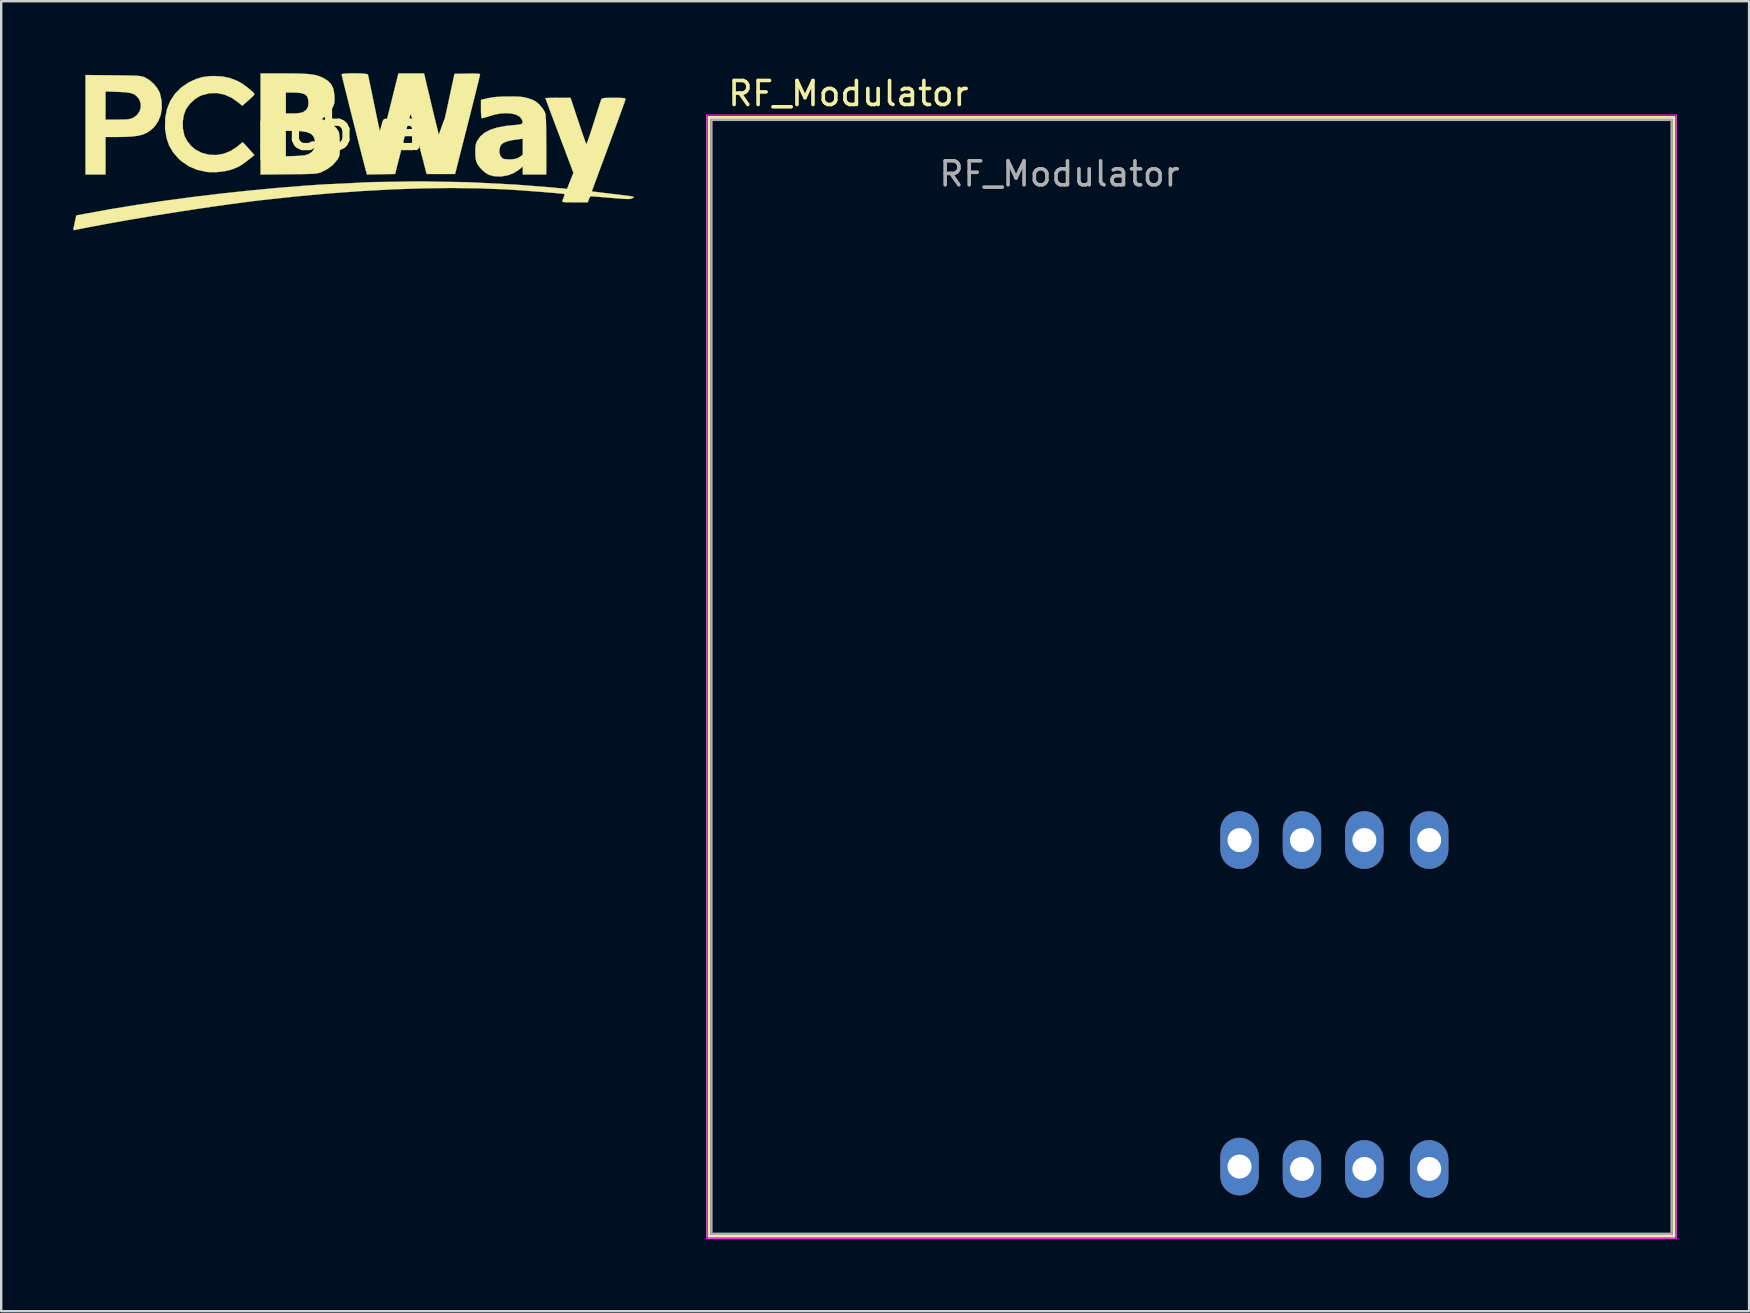
<source format=kicad_pcb>
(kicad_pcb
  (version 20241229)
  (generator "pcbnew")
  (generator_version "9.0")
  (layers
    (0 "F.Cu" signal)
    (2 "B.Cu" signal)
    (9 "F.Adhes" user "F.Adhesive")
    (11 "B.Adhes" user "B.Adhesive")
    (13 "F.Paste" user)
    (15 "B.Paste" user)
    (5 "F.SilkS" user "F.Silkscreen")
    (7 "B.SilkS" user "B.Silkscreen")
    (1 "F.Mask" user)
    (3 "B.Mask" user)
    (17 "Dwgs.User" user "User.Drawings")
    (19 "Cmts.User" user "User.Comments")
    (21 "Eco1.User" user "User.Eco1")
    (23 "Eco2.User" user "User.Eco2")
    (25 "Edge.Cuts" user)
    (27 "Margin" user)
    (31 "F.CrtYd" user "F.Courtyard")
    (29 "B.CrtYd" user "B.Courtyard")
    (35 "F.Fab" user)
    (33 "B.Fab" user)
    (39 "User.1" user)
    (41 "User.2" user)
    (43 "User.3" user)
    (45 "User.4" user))
  (footprint "RF_Modulator"
    (layer "F.Cu")
    (at 27.084 6.944)
    (property "Reference" "RF_Modulator" (at 5.207 -6.096 0) (layer "F.SilkS") (effects (font (size 1 1) (thickness 0.15))))
    (attr through_hole)
    (fp_line (start -0.6 -5.1) (end -0.6 41.5) (stroke (width 0.12) (type solid)) (layer "F.SilkS"))
    (fp_line (start -0.6 41.5) (end 39.6 41.5) (stroke (width 0.12) (type solid)) (layer "F.SilkS"))
    (fp_line (start 39.6 -5.1) (end -0.6 -5.1) (stroke (width 0.12) (type solid)) (layer "F.SilkS"))
    (fp_line (start 39.6 41.5) (end 39.6 -5.1) (stroke (width 0.12) (type solid)) (layer "F.SilkS"))
    (fp_line (start -0.7 -5.2) (end -0.7 41.6) (stroke (width 0.05) (type solid)) (layer "F.CrtYd"))
    (fp_line (start -0.7 41.6) (end 39.7 41.6) (stroke (width 0.05) (type solid)) (layer "F.CrtYd"))
    (fp_line (start 39.7 -5.2) (end -0.7 -5.2) (stroke (width 0.05) (type solid)) (layer "F.CrtYd"))
    (fp_line (start 39.7 41.6) (end 39.7 -5.2) (stroke (width 0.05) (type solid)) (layer "F.CrtYd"))
    (fp_line (start -0.5 -5) (end -0.5 41.4) (stroke (width 0.1) (type solid)) (layer "F.Fab"))
    (fp_line (start 39.5 -5) (end -0.5 -5) (stroke (width 0.1) (type solid)) (layer "F.Fab"))
    (fp_line (start 39.5 -5) (end 39.5 41.4) (stroke (width 0.1) (type solid)) (layer "F.Fab"))
    (fp_line (start 39.5 41.4) (end -0.5 41.4) (stroke (width 0.1) (type solid)) (layer "F.Fab"))
    (fp_text user "${REFERENCE}" (at 14 -2.75 0) (layer "F.Fab") (effects (font (size 1 1) (thickness 0.15))))
    (pad "1" thru_hole oval (at 29.4 25) (size 1.6 2.4) (drill 1) (layers "*.Cu" "*.Mask"))
    (pad "2" thru_hole oval (at 26.7 25) (size 1.6 2.4) (drill 1) (layers "*.Cu" "*.Mask"))
    (pad "3" thru_hole oval (at 24.1 25) (size 1.6 2.4) (drill 1) (layers "*.Cu" "*.Mask"))
    (pad "4" thru_hole oval (at 21.5 25) (size 1.6 2.4) (drill 1) (layers "*.Cu" "*.Mask"))
    (pad "5" thru_hole oval (at 29.4 38.7) (size 1.6 2.4) (drill 1) (layers "*.Cu" "*.Mask"))
    (pad "6" thru_hole oval (at 26.7 38.7) (size 1.6 2.4) (drill 1) (layers "*.Cu" "*.Mask"))
    (pad "7" thru_hole oval (at 24.1 38.7) (size 1.6 2.4) (drill 1) (layers "*.Cu" "*.Mask"))
    (pad "8" thru_hole oval (at 21.5 38.6) (size 1.6 2.4) (drill 1) (layers "*.Cu" "*.Mask")))
  (footprint "pcbway"
    (layer "F.Cu")
    (at 11.687 2.366)
    (property "Reference" "pcbway" (at 0 0 0) (layer "F.SilkS") (effects (font (size 1.524 1.524) (thickness 0.3))))
    (attr through_hole)
    (fp_poly (pts (xy -10.024 -2.279) (xy -9.704 -2.276) (xy -9.447 -2.273) (xy -9.246 -2.268) (xy -9.091 -2.263) (xy -8.974 -2.255) (xy -8.886 -2.245) (xy -8.818 -2.232) (xy -8.762 -2.215) (xy -8.708 -2.194) (xy -8.681 -2.181) (xy -8.505 -2.075) (xy -8.335 -1.924) (xy -8.191 -1.75) (xy -8.092 -1.574) (xy -8.077 -1.533) (xy -8.006 -1.223) (xy -7.995 -0.918) (xy -8.042 -0.629) (xy -8.144 -0.367) (xy -8.3 -0.142) (xy -8.368 -0.073) (xy -8.503 0.039) (xy -8.643 0.126) (xy -8.799 0.192) (xy -8.983 0.238) (xy -9.206 0.268) (xy -9.478 0.284) (xy -9.81 0.29) (xy -9.824 0.29) (xy -10.341 0.29) (xy -10.341 1.851) (xy -11.176 1.851) (xy -11.176 -0.435) (xy -10.341 -0.435) (xy -9.841 -0.435) (xy -9.634 -0.437) (xy -9.485 -0.441) (xy -9.376 -0.452) (xy -9.294 -0.469) (xy -9.222 -0.497) (xy -9.179 -0.517) (xy -9.025 -0.63) (xy -8.922 -0.78) (xy -8.872 -0.95) (xy -8.88 -1.126) (xy -8.95 -1.293) (xy -8.988 -1.345) (xy -9.064 -1.426) (xy -9.144 -1.485) (xy -9.242 -1.527) (xy -9.371 -1.555) (xy -9.543 -1.574) (xy -9.773 -1.586) (xy -9.821 -1.588) (xy -10.341 -1.607) (xy -10.341 -0.435) (xy -11.176 -0.435) (xy -11.176 -2.291) (xy -10.024 -2.279)) (stroke (width 0.01) (type solid)) (fill yes) (layer "F.SilkS"))
    (fp_poly (pts (xy -5.476 -2.231) (xy -5.175 -2.169) (xy -4.88 -2.058) (xy -4.789 -2.014) (xy -4.674 -1.947) (xy -4.543 -1.858) (xy -4.411 -1.759) (xy -4.291 -1.66) (xy -4.197 -1.573) (xy -4.144 -1.508) (xy -4.137 -1.488) (xy -4.162 -1.453) (xy -4.23 -1.382) (xy -4.329 -1.289) (xy -4.39 -1.235) (xy -4.643 -1.01) (xy -4.816 -1.154) (xy -5.101 -1.35) (xy -5.4 -1.479) (xy -5.707 -1.539) (xy -6.016 -1.53) (xy -6.321 -1.45) (xy -6.446 -1.396) (xy -6.635 -1.273) (xy -6.815 -1.104) (xy -6.96 -0.912) (xy -6.998 -0.845) (xy -7.084 -0.608) (xy -7.124 -0.337) (xy -7.118 -0.059) (xy -7.064 0.204) (xy -7.042 0.266) (xy -6.938 0.462) (xy -6.786 0.651) (xy -6.611 0.804) (xy -6.592 0.817) (xy -6.318 0.956) (xy -6.024 1.031) (xy -5.721 1.041) (xy -5.418 0.988) (xy -5.127 0.871) (xy -4.856 0.694) (xy -4.815 0.659) (xy -4.723 0.581) (xy -4.656 0.527) (xy -4.629 0.508) (xy -4.601 0.533) (xy -4.537 0.601) (xy -4.445 0.7) (xy -4.378 0.776) (xy -4.138 1.043) (xy -4.397 1.25) (xy -4.538 1.356) (xy -4.683 1.456) (xy -4.806 1.531) (xy -4.833 1.545) (xy -5.097 1.65) (xy -5.404 1.721) (xy -5.729 1.757) (xy -6.048 1.753) (xy -6.152 1.742) (xy -6.532 1.656) (xy -6.874 1.509) (xy -7.179 1.299) (xy -7.311 1.178) (xy -7.529 0.925) (xy -7.689 0.654) (xy -7.794 0.354) (xy -7.852 0.011) (xy -7.863 -0.127) (xy -7.851 -0.523) (xy -7.776 -0.889) (xy -7.639 -1.222) (xy -7.441 -1.518) (xy -7.186 -1.773) (xy -6.875 -1.983) (xy -6.836 -2.004) (xy -6.559 -2.13) (xy -6.288 -2.208) (xy -5.997 -2.245) (xy -5.812 -2.25) (xy -5.476 -2.231)) (stroke (width 0.01) (type solid)) (fill yes) (layer "F.SilkS"))
    (fp_poly (pts (xy -2.948 -2.358) (xy -2.588 -2.356) (xy -2.291 -2.351) (xy -2.049 -2.342) (xy -1.85 -2.327) (xy -1.688 -2.305) (xy -1.551 -2.276) (xy -1.431 -2.238) (xy -1.318 -2.191) (xy -1.271 -2.168) (xy -1.077 -2.048) (xy -0.941 -1.906) (xy -0.855 -1.731) (xy -0.812 -1.508) (xy -0.804 -1.4) (xy -0.801 -1.245) (xy -0.809 -1.134) (xy -0.834 -1.041) (xy -0.881 -0.938) (xy -0.897 -0.907) (xy -1.031 -0.712) (xy -1.17 -0.582) (xy -1.34 -0.456) (xy -1.164 -0.39) (xy -0.995 -0.306) (xy -0.839 -0.192) (xy -0.711 -0.061) (xy -0.63 0.068) (xy -0.618 0.102) (xy -0.603 0.193) (xy -0.591 0.335) (xy -0.583 0.508) (xy -0.581 0.656) (xy -0.581 0.838) (xy -0.586 0.964) (xy -0.598 1.053) (xy -0.621 1.123) (xy -0.657 1.191) (xy -0.696 1.25) (xy -0.869 1.452) (xy -1.099 1.626) (xy -1.343 1.75) (xy -1.401 1.772) (xy -1.459 1.79) (xy -1.526 1.805) (xy -1.611 1.816) (xy -1.722 1.824) (xy -1.868 1.83) (xy -2.057 1.835) (xy -2.299 1.838) (xy -2.602 1.842) (xy -2.712 1.843) (xy -3.883 1.855) (xy -3.883 0.036) (xy -2.83 0.036) (xy -2.83 1.096) (xy -2.422 1.082) (xy -2.202 1.07) (xy -2.04 1.05) (xy -1.924 1.021) (xy -1.88 1.002) (xy -1.741 0.91) (xy -1.657 0.787) (xy -1.62 0.621) (xy -1.617 0.537) (xy -1.635 0.372) (xy -1.694 0.244) (xy -1.799 0.15) (xy -1.957 0.086) (xy -2.172 0.049) (xy -2.451 0.036) (xy -2.483 0.036) (xy -2.83 0.036) (xy -3.883 0.036) (xy -3.883 -1.56) (xy -2.83 -1.56) (xy -2.83 -0.689) (xy -2.539 -0.689) (xy -2.371 -0.696) (xy -2.224 -0.714) (xy -2.126 -0.74) (xy -1.988 -0.83) (xy -1.909 -0.96) (xy -1.887 -1.112) (xy -1.9 -1.28) (xy -1.946 -1.402) (xy -2.032 -1.485) (xy -2.167 -1.534) (xy -2.359 -1.557) (xy -2.502 -1.56) (xy -2.83 -1.56) (xy -3.883 -1.56) (xy -3.883 -2.359) (xy -2.948 -2.358)) (stroke (width 0.01) (type solid)) (fill yes) (layer "F.SilkS"))
    (fp_poly (pts (xy 6.687 -1.395) (xy 6.86 -1.39) (xy 6.995 -1.379) (xy 7.109 -1.361) (xy 7.22 -1.334) (xy 7.293 -1.312) (xy 7.453 -1.256) (xy 7.57 -1.195) (xy 7.677 -1.11) (xy 7.748 -1.04) (xy 7.87 -0.896) (xy 7.953 -0.758) (xy 7.975 -0.703) (xy 7.989 -0.627) (xy 8 -0.498) (xy 8.008 -0.312) (xy 8.014 -0.067) (xy 8.018 0.243) (xy 8.019 0.621) (xy 8.019 0.648) (xy 8.019 1.851) (xy 7.039 1.851) (xy 7.039 1.518) (xy 6.888 1.648) (xy 6.67 1.791) (xy 6.413 1.888) (xy 6.136 1.935) (xy 5.862 1.926) (xy 5.838 1.923) (xy 5.641 1.871) (xy 5.477 1.779) (xy 5.329 1.645) (xy 5.207 1.504) (xy 5.128 1.374) (xy 5.083 1.232) (xy 5.065 1.055) (xy 5.062 0.925) (xy 5.065 0.803) (xy 6.066 0.803) (xy 6.068 0.953) (xy 6.113 1.086) (xy 6.197 1.181) (xy 6.218 1.193) (xy 6.294 1.212) (xy 6.414 1.223) (xy 6.535 1.223) (xy 6.696 1.209) (xy 6.814 1.176) (xy 6.907 1.124) (xy 7.039 1.034) (xy 7.039 0.697) (xy 7.039 0.36) (xy 6.921 0.378) (xy 6.812 0.394) (xy 6.676 0.412) (xy 6.624 0.419) (xy 6.402 0.465) (xy 6.235 0.536) (xy 6.128 0.63) (xy 6.113 0.656) (xy 6.066 0.803) (xy 5.065 0.803) (xy 5.066 0.75) (xy 5.079 0.625) (xy 5.106 0.527) (xy 5.142 0.45) (xy 5.272 0.265) (xy 5.451 0.112) (xy 5.683 -0.01) (xy 5.971 -0.103) (xy 6.32 -0.169) (xy 6.68 -0.206) (xy 6.854 -0.221) (xy 6.965 -0.244) (xy 7.022 -0.279) (xy 7.034 -0.335) (xy 7.01 -0.418) (xy 7.001 -0.441) (xy 6.918 -0.551) (xy 6.778 -0.632) (xy 6.593 -0.683) (xy 6.374 -0.703) (xy 6.13 -0.69) (xy 5.873 -0.644) (xy 5.681 -0.588) (xy 5.538 -0.541) (xy 5.42 -0.508) (xy 5.345 -0.493) (xy 5.327 -0.494) (xy 5.315 -0.536) (xy 5.305 -0.634) (xy 5.299 -0.772) (xy 5.298 -0.886) (xy 5.298 -1.26) (xy 5.597 -1.327) (xy 5.766 -1.359) (xy 5.954 -1.38) (xy 6.178 -1.392) (xy 6.456 -1.396) (xy 6.459 -1.396) (xy 6.687 -1.395)) (stroke (width 0.01) (type solid)) (fill yes) (layer "F.SilkS"))
    (fp_poly (pts (xy 0.081 -2.361) (xy 0.249 -2.356) (xy 0.398 -2.348) (xy 0.513 -2.337) (xy 0.579 -2.321) (xy 0.589 -2.313) (xy 0.6 -2.268) (xy 0.623 -2.161) (xy 0.658 -1.998) (xy 0.701 -1.789) (xy 0.753 -1.542) (xy 0.81 -1.264) (xy 0.871 -0.965) (xy 0.874 -0.953) (xy 0.935 -0.655) (xy 0.993 -0.38) (xy 1.045 -0.137) (xy 1.089 0.066) (xy 1.125 0.223) (xy 1.149 0.324) (xy 1.161 0.363) (xy 1.162 0.363) (xy 1.174 0.329) (xy 1.202 0.232) (xy 1.244 0.08) (xy 1.296 -0.12) (xy 1.358 -0.36) (xy 1.428 -0.632) (xy 1.503 -0.93) (xy 1.52 -0.998) (xy 1.859 -2.359) (xy 2.927 -2.359) (xy 3.25 -0.998) (xy 3.322 -0.696) (xy 3.39 -0.417) (xy 3.451 -0.169) (xy 3.503 0.041) (xy 3.545 0.204) (xy 3.575 0.313) (xy 3.591 0.361) (xy 3.592 0.363) (xy 3.604 0.329) (xy 3.629 0.231) (xy 3.666 0.078) (xy 3.712 -0.123) (xy 3.766 -0.364) (xy 3.827 -0.638) (xy 3.892 -0.936) (xy 3.903 -0.989) (xy 4.195 -2.34) (xy 4.728 -2.35) (xy 4.945 -2.353) (xy 5.098 -2.351) (xy 5.196 -2.344) (xy 5.247 -2.332) (xy 5.261 -2.314) (xy 5.252 -2.271) (xy 5.227 -2.165) (xy 5.187 -2) (xy 5.134 -1.785) (xy 5.069 -1.524) (xy 4.994 -1.225) (xy 4.911 -0.894) (xy 4.821 -0.537) (xy 4.74 -0.218) (xy 4.22 1.832) (xy 3.035 1.832) (xy 2.707 0.573) (xy 2.632 0.284) (xy 2.562 0.019) (xy 2.499 -0.214) (xy 2.447 -0.408) (xy 2.406 -0.554) (xy 2.378 -0.646) (xy 2.367 -0.674) (xy 2.356 -0.637) (xy 2.329 -0.538) (xy 2.288 -0.384) (xy 2.235 -0.184) (xy 2.174 0.054) (xy 2.105 0.322) (xy 2.038 0.586) (xy 1.721 1.832) (xy 1.135 1.842) (xy 0.55 1.852) (xy 0.495 1.661) (xy 0.472 1.575) (xy 0.435 1.432) (xy 0.385 1.24) (xy 0.325 1.006) (xy 0.256 0.738) (xy 0.182 0.444) (xy 0.102 0.131) (xy 0.021 -0.192) (xy -0.062 -0.519) (xy -0.143 -0.84) (xy -0.22 -1.149) (xy -0.292 -1.438) (xy -0.357 -1.699) (xy -0.413 -1.925) (xy -0.458 -2.106) (xy -0.489 -2.237) (xy -0.506 -2.309) (xy -0.508 -2.32) (xy -0.474 -2.337) (xy -0.383 -2.349) (xy -0.25 -2.357) (xy -0.091 -2.361) (xy 0.081 -2.361)) (stroke (width 0.01) (type solid)) (fill yes) (layer "F.SilkS"))
    (fp_poly (pts (xy 9.345 -0.39) (xy 9.429 -0.14) (xy 9.505 0.087) (xy 9.573 0.283) (xy 9.627 0.438) (xy 9.666 0.543) (xy 9.685 0.589) (xy 9.686 0.59) (xy 9.702 0.564) (xy 9.737 0.477) (xy 9.787 0.339) (xy 9.849 0.157) (xy 9.919 -0.06) (xy 9.995 -0.299) (xy 10.073 -0.547) (xy 10.145 -0.775) (xy 10.208 -0.972) (xy 10.259 -1.128) (xy 10.295 -1.234) (xy 10.312 -1.279) (xy 10.333 -1.305) (xy 10.373 -1.323) (xy 10.443 -1.334) (xy 10.557 -1.34) (xy 10.725 -1.342) (xy 10.833 -1.343) (xy 11.037 -1.341) (xy 11.179 -1.336) (xy 11.267 -1.326) (xy 11.311 -1.311) (xy 11.321 -1.294) (xy 11.309 -1.252) (xy 11.274 -1.148) (xy 11.217 -0.988) (xy 11.143 -0.78) (xy 11.052 -0.528) (xy 10.947 -0.241) (xy 10.831 0.077) (xy 10.705 0.419) (xy 10.617 0.657) (xy 9.913 2.558) (xy 10.572 2.638) (xy 10.889 2.676) (xy 11.142 2.706) (xy 11.336 2.73) (xy 11.478 2.749) (xy 11.576 2.763) (xy 11.635 2.775) (xy 11.664 2.786) (xy 11.667 2.797) (xy 11.654 2.809) (xy 11.629 2.823) (xy 11.609 2.835) (xy 11.575 2.854) (xy 11.533 2.867) (xy 11.472 2.873) (xy 11.384 2.874) (xy 11.257 2.868) (xy 11.083 2.856) (xy 10.851 2.838) (xy 10.722 2.827) (xy 10.487 2.807) (xy 10.276 2.79) (xy 10.099 2.775) (xy 9.968 2.765) (xy 9.893 2.759) (xy 9.881 2.759) (xy 9.842 2.789) (xy 9.8 2.864) (xy 9.792 2.885) (xy 9.746 3.012) (xy 9.205 3.012) (xy 8.997 3.011) (xy 8.851 3.009) (xy 8.757 3.003) (xy 8.706 2.992) (xy 8.686 2.976) (xy 8.688 2.953) (xy 8.69 2.948) (xy 8.746 2.802) (xy 8.775 2.706) (xy 8.776 2.668) (xy 8.736 2.66) (xy 8.633 2.648) (xy 8.477 2.633) (xy 8.277 2.615) (xy 8.043 2.596) (xy 7.785 2.575) (xy 7.512 2.554) (xy 7.233 2.533) (xy 6.958 2.513) (xy 6.697 2.495) (xy 6.459 2.48) (xy 6.277 2.47) (xy 5.201 2.428) (xy 4.064 2.415) (xy 2.869 2.43) (xy 1.622 2.472) (xy 0.329 2.542) (xy -1.007 2.639) (xy -2.379 2.764) (xy -3.784 2.915) (xy -4.01 2.941) (xy -4.56 3.01) (xy -5.161 3.09) (xy -5.804 3.18) (xy -6.476 3.279) (xy -7.165 3.384) (xy -7.862 3.494) (xy -8.555 3.607) (xy -9.232 3.721) (xy -9.883 3.835) (xy -10.495 3.946) (xy -11.059 4.053) (xy -11.562 4.153) (xy -11.589 4.159) (xy -11.661 4.168) (xy -11.682 4.144) (xy -11.673 4.095) (xy -11.656 4.014) (xy -11.631 3.891) (xy -11.609 3.783) (xy -11.585 3.666) (xy -11.565 3.584) (xy -11.554 3.556) (xy -11.516 3.55) (xy -11.422 3.532) (xy -11.287 3.507) (xy -11.169 3.485) (xy -10.148 3.299) (xy -9.068 3.122) (xy -7.94 2.955) (xy -6.779 2.799) (xy -5.597 2.656) (xy -4.407 2.528) (xy -3.221 2.415) (xy -2.053 2.32) (xy -1.324 2.27) (xy 0.719 2.171) (xy 2.742 2.139) (xy 4.752 2.173) (xy 6.757 2.275) (xy 8.207 2.39) (xy 8.884 2.452) (xy 9.016 2.118) (xy 9.149 1.783) (xy 8.566 0.237) (xy 8.446 -0.08) (xy 8.335 -0.376) (xy 8.234 -0.644) (xy 8.147 -0.877) (xy 8.076 -1.069) (xy 8.023 -1.212) (xy 7.991 -1.3) (xy 7.983 -1.326) (xy 8.017 -1.332) (xy 8.111 -1.337) (xy 8.252 -1.34) (xy 8.427 -1.342) (xy 8.506 -1.343) (xy 9.029 -1.343) (xy 9.345 -0.39)) (stroke (width 0.01) (type solid)) (fill yes) (layer "F.SilkS")))
  (gr_rect
    (start -3 -3)
    (end 69.809 51.569)
    (stroke (width 0.1) (type default))
    (fill no)
    (layer "Edge.Cuts")))
</source>
